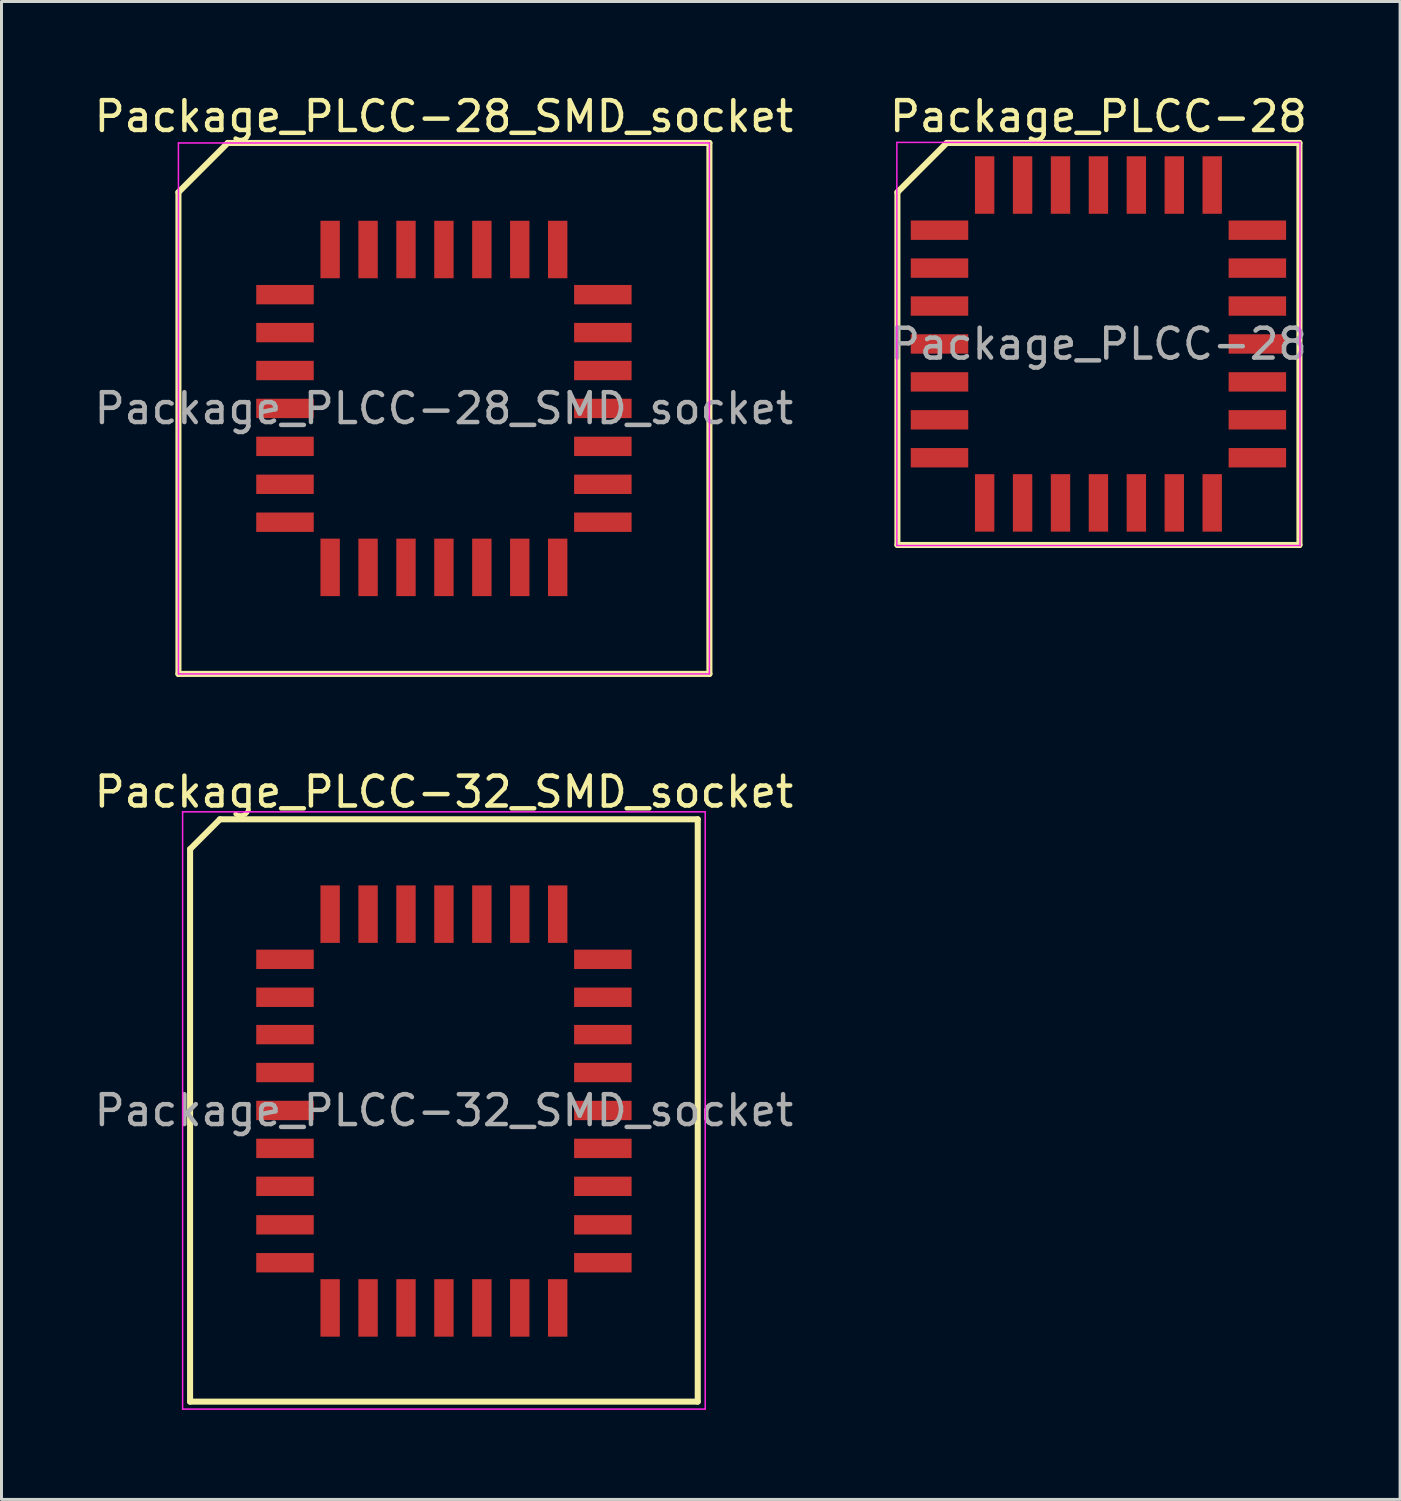
<source format=kicad_pcb>
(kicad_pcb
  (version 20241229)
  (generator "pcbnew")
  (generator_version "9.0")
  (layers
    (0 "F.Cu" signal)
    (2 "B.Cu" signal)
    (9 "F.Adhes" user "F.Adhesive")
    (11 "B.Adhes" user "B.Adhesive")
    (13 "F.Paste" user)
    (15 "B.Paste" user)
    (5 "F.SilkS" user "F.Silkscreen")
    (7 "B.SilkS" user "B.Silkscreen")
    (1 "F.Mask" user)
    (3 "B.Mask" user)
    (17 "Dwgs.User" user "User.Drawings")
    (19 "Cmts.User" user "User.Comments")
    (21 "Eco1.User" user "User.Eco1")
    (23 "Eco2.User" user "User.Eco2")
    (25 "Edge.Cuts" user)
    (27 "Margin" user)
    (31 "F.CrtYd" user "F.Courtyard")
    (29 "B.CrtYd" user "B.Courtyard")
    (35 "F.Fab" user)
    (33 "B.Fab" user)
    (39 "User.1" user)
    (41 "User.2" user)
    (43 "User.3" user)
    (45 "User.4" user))
  (footprint "Package_PLCC-28"
    (layer "F.Cu")
    (at 33.732 8.468)
    (property "Reference" "Package_PLCC-28" (at 0 -7.62 0) (layer "F.SilkS") (effects (font (size 1 1) (thickness 0.15))))
    (attr smd)
    (fp_line (start -6.731 -5.08) (end -6.731 6.731) (stroke (width 0.203) (type solid)) (layer "F.SilkS"))
    (fp_line (start -6.731 6.731) (end 6.731 6.731) (stroke (width 0.203) (type solid)) (layer "F.SilkS"))
    (fp_line (start -5.08 -6.731) (end -6.731 -5.08) (stroke (width 0.203) (type solid)) (layer "F.SilkS"))
    (fp_line (start 6.731 -6.731) (end -5.08 -6.731) (stroke (width 0.203) (type solid)) (layer "F.SilkS"))
    (fp_line (start 6.731 6.731) (end 6.731 -6.731) (stroke (width 0.203) (type solid)) (layer "F.SilkS"))
    (fp_line (start -6.75 -6.75) (end -6.75 6.75) (stroke (width 0.05) (type solid)) (layer "F.CrtYd"))
    (fp_line (start -6.75 6.75) (end 6.75 6.75) (stroke (width 0.05) (type solid)) (layer "F.CrtYd"))
    (fp_line (start 6.75 -6.75) (end -6.75 -6.75) (stroke (width 0.05) (type solid)) (layer "F.CrtYd"))
    (fp_line (start 6.75 6.75) (end 6.75 -6.75) (stroke (width 0.05) (type solid)) (layer "F.CrtYd"))
    (fp_text user "${REFERENCE}" (at 0 0 0) (layer "F.Fab") (effects (font (size 1 1) (thickness 0.15))))
    (pad "1" smd rect (at 0 -5.322) (size 0.649 1.925) (layers "F.Cu" "F.Mask" "F.Paste"))
    (pad "2" smd rect (at -1.27 -5.322) (size 0.649 1.925) (layers "F.Cu" "F.Mask" "F.Paste"))
    (pad "3" smd rect (at -2.54 -5.322) (size 0.649 1.925) (layers "F.Cu" "F.Mask" "F.Paste"))
    (pad "4" smd rect (at -3.81 -5.322) (size 0.649 1.925) (layers "F.Cu" "F.Mask" "F.Paste"))
    (pad "5" smd rect (at -5.322 -3.81 90) (size 0.649 1.925) (layers "F.Cu" "F.Mask" "F.Paste"))
    (pad "6" smd rect (at -5.322 -2.54 90) (size 0.649 1.925) (layers "F.Cu" "F.Mask" "F.Paste"))
    (pad "7" smd rect (at -5.322 -1.27 90) (size 0.649 1.925) (layers "F.Cu" "F.Mask" "F.Paste"))
    (pad "8" smd rect (at -5.322 0 90) (size 0.649 1.925) (layers "F.Cu" "F.Mask" "F.Paste"))
    (pad "9" smd rect (at -5.322 1.27 90) (size 0.649 1.925) (layers "F.Cu" "F.Mask" "F.Paste"))
    (pad "10" smd rect (at -5.322 2.54 90) (size 0.649 1.925) (layers "F.Cu" "F.Mask" "F.Paste"))
    (pad "11" smd rect (at -5.322 3.81 90) (size 0.649 1.925) (layers "F.Cu" "F.Mask" "F.Paste"))
    (pad "12" smd rect (at -3.81 5.322) (size 0.649 1.925) (layers "F.Cu" "F.Mask" "F.Paste"))
    (pad "13" smd rect (at -2.54 5.322) (size 0.649 1.925) (layers "F.Cu" "F.Mask" "F.Paste"))
    (pad "14" smd rect (at -1.27 5.322) (size 0.649 1.925) (layers "F.Cu" "F.Mask" "F.Paste"))
    (pad "15" smd rect (at 0 5.322) (size 0.649 1.925) (layers "F.Cu" "F.Mask" "F.Paste"))
    (pad "16" smd rect (at 1.27 5.322) (size 0.649 1.925) (layers "F.Cu" "F.Mask" "F.Paste"))
    (pad "17" smd rect (at 2.54 5.322) (size 0.649 1.925) (layers "F.Cu" "F.Mask" "F.Paste"))
    (pad "18" smd rect (at 3.81 5.322) (size 0.649 1.925) (layers "F.Cu" "F.Mask" "F.Paste"))
    (pad "19" smd rect (at 5.322 3.81 90) (size 0.649 1.925) (layers "F.Cu" "F.Mask" "F.Paste"))
    (pad "20" smd rect (at 5.322 2.54 90) (size 0.649 1.925) (layers "F.Cu" "F.Mask" "F.Paste"))
    (pad "21" smd rect (at 5.322 1.27 90) (size 0.649 1.925) (layers "F.Cu" "F.Mask" "F.Paste"))
    (pad "22" smd rect (at 5.322 0 90) (size 0.649 1.925) (layers "F.Cu" "F.Mask" "F.Paste"))
    (pad "23" smd rect (at 5.322 -1.27 90) (size 0.649 1.925) (layers "F.Cu" "F.Mask" "F.Paste"))
    (pad "24" smd rect (at 5.322 -2.54 90) (size 0.649 1.925) (layers "F.Cu" "F.Mask" "F.Paste"))
    (pad "25" smd rect (at 5.322 -3.81 90) (size 0.649 1.925) (layers "F.Cu" "F.Mask" "F.Paste"))
    (pad "26" smd rect (at 3.81 -5.322) (size 0.649 1.925) (layers "F.Cu" "F.Mask" "F.Paste"))
    (pad "27" smd rect (at 2.54 -5.322) (size 0.649 1.925) (layers "F.Cu" "F.Mask" "F.Paste"))
    (pad "28" smd rect (at 1.27 -5.322) (size 0.649 1.925) (layers "F.Cu" "F.Mask" "F.Paste")))
  (footprint "Package_PLCC-28_SMD_socket"
    (layer "F.Cu")
    (at 11.815 10.627)
    (property "Reference" "Package_PLCC-28_SMD_socket" (at 0 -9.779 0) (layer "F.SilkS") (effects (font (size 1 1) (thickness 0.15))))
    (attr smd)
    (fp_line (start -8.89 -7.239) (end -8.89 8.89) (stroke (width 0.203) (type solid)) (layer "F.SilkS"))
    (fp_line (start -8.89 8.89) (end 8.89 8.89) (stroke (width 0.203) (type solid)) (layer "F.SilkS"))
    (fp_line (start -7.239 -8.89) (end -8.89 -7.239) (stroke (width 0.203) (type solid)) (layer "F.SilkS"))
    (fp_line (start 8.89 -8.89) (end -7.239 -8.89) (stroke (width 0.203) (type solid)) (layer "F.SilkS"))
    (fp_line (start 8.89 8.89) (end 8.89 -8.89) (stroke (width 0.203) (type solid)) (layer "F.SilkS"))
    (fp_line (start -8.89 -8.89) (end -8.89 8.89) (stroke (width 0.05) (type solid)) (layer "F.CrtYd"))
    (fp_line (start -8.89 8.89) (end 8.89 8.89) (stroke (width 0.05) (type solid)) (layer "F.CrtYd"))
    (fp_line (start 8.89 -8.89) (end -8.89 -8.89) (stroke (width 0.05) (type solid)) (layer "F.CrtYd"))
    (fp_line (start 8.89 8.89) (end 8.89 -8.89) (stroke (width 0.05) (type solid)) (layer "F.CrtYd"))
    (fp_text user "${REFERENCE}" (at 0 0 0) (layer "F.Fab") (effects (font (size 1 1) (thickness 0.15))))
    (pad "1" smd rect (at 0 -5.322) (size 0.649 1.925) (layers "F.Cu" "F.Mask" "F.Paste"))
    (pad "2" smd rect (at -1.27 -5.322) (size 0.649 1.925) (layers "F.Cu" "F.Mask" "F.Paste"))
    (pad "3" smd rect (at -2.54 -5.322) (size 0.649 1.925) (layers "F.Cu" "F.Mask" "F.Paste"))
    (pad "4" smd rect (at -3.81 -5.322) (size 0.649 1.925) (layers "F.Cu" "F.Mask" "F.Paste"))
    (pad "5" smd rect (at -5.322 -3.81 90) (size 0.649 1.925) (layers "F.Cu" "F.Mask" "F.Paste"))
    (pad "6" smd rect (at -5.322 -2.54 90) (size 0.649 1.925) (layers "F.Cu" "F.Mask" "F.Paste"))
    (pad "7" smd rect (at -5.322 -1.27 90) (size 0.649 1.925) (layers "F.Cu" "F.Mask" "F.Paste"))
    (pad "8" smd rect (at -5.322 0 90) (size 0.649 1.925) (layers "F.Cu" "F.Mask" "F.Paste"))
    (pad "9" smd rect (at -5.322 1.27 90) (size 0.649 1.925) (layers "F.Cu" "F.Mask" "F.Paste"))
    (pad "10" smd rect (at -5.322 2.54 90) (size 0.649 1.925) (layers "F.Cu" "F.Mask" "F.Paste"))
    (pad "11" smd rect (at -5.322 3.81 90) (size 0.649 1.925) (layers "F.Cu" "F.Mask" "F.Paste"))
    (pad "12" smd rect (at -3.81 5.322) (size 0.649 1.925) (layers "F.Cu" "F.Mask" "F.Paste"))
    (pad "13" smd rect (at -2.54 5.322) (size 0.649 1.925) (layers "F.Cu" "F.Mask" "F.Paste"))
    (pad "14" smd rect (at -1.27 5.322) (size 0.649 1.925) (layers "F.Cu" "F.Mask" "F.Paste"))
    (pad "15" smd rect (at 0 5.322) (size 0.649 1.925) (layers "F.Cu" "F.Mask" "F.Paste"))
    (pad "16" smd rect (at 1.27 5.322) (size 0.649 1.925) (layers "F.Cu" "F.Mask" "F.Paste"))
    (pad "17" smd rect (at 2.54 5.322) (size 0.649 1.925) (layers "F.Cu" "F.Mask" "F.Paste"))
    (pad "18" smd rect (at 3.81 5.322) (size 0.649 1.925) (layers "F.Cu" "F.Mask" "F.Paste"))
    (pad "19" smd rect (at 5.322 3.81 90) (size 0.649 1.925) (layers "F.Cu" "F.Mask" "F.Paste"))
    (pad "20" smd rect (at 5.322 2.54 90) (size 0.649 1.925) (layers "F.Cu" "F.Mask" "F.Paste"))
    (pad "21" smd rect (at 5.322 1.27 90) (size 0.649 1.925) (layers "F.Cu" "F.Mask" "F.Paste"))
    (pad "22" smd rect (at 5.322 0 90) (size 0.649 1.925) (layers "F.Cu" "F.Mask" "F.Paste"))
    (pad "23" smd rect (at 5.322 -1.27 90) (size 0.649 1.925) (layers "F.Cu" "F.Mask" "F.Paste"))
    (pad "24" smd rect (at 5.322 -2.54 90) (size 0.649 1.925) (layers "F.Cu" "F.Mask" "F.Paste"))
    (pad "25" smd rect (at 5.322 -3.81 90) (size 0.649 1.925) (layers "F.Cu" "F.Mask" "F.Paste"))
    (pad "26" smd rect (at 3.81 -5.322) (size 0.649 1.925) (layers "F.Cu" "F.Mask" "F.Paste"))
    (pad "27" smd rect (at 2.54 -5.322) (size 0.649 1.925) (layers "F.Cu" "F.Mask" "F.Paste"))
    (pad "28" smd rect (at 1.27 -5.322) (size 0.649 1.925) (layers "F.Cu" "F.Mask" "F.Paste")))
  (footprint "Package_PLCC-32_SMD_socket"
    (layer "F.Cu")
    (at 11.815 34.135)
    (property "Reference" "Package_PLCC-32_SMD_socket" (at 0 -10.668 0) (unlocked yes) (layer "F.SilkS") (effects (font (size 1 1) (thickness 0.15))))
    (attr smd)
    (fp_line (start -8.5 -8.75) (end -8.5 9.75) (stroke (width 0.203) (type solid)) (layer "F.SilkS"))
    (fp_line (start -8.5 9.75) (end 8.5 9.75) (stroke (width 0.203) (type solid)) (layer "F.SilkS"))
    (fp_line (start -7.5 -9.75) (end -8.5 -8.75) (stroke (width 0.203) (type solid)) (layer "F.SilkS"))
    (fp_line (start 8.5 -9.75) (end -7.5 -9.75) (stroke (width 0.203) (type solid)) (layer "F.SilkS"))
    (fp_line (start 8.5 9.75) (end 8.5 -9.75) (stroke (width 0.203) (type solid)) (layer "F.SilkS"))
    (fp_line (start -8.75 -10) (end -8.75 10) (stroke (width 0.05) (type solid)) (layer "F.CrtYd"))
    (fp_line (start -8.75 10) (end 8.75 10) (stroke (width 0.05) (type solid)) (layer "F.CrtYd"))
    (fp_line (start 8.75 -10) (end -8.75 -10) (stroke (width 0.05) (type solid)) (layer "F.CrtYd"))
    (fp_line (start 8.75 10) (end 8.75 -10) (stroke (width 0.05) (type solid)) (layer "F.CrtYd"))
    (fp_text user "${REFERENCE}" (at 0 0 0) (unlocked yes) (layer "F.Fab") (effects (font (size 1 1) (thickness 0.15))))
    (pad "1" smd rect (at 0 -6.574) (size 0.649 1.925) (layers "F.Cu" "F.Mask" "F.Paste"))
    (pad "2" smd rect (at -1.27 -6.574) (size 0.649 1.925) (layers "F.Cu" "F.Mask" "F.Paste"))
    (pad "3" smd rect (at -2.54 -6.574) (size 0.649 1.925) (layers "F.Cu" "F.Mask" "F.Paste"))
    (pad "4" smd rect (at -3.81 -6.574) (size 0.649 1.925) (layers "F.Cu" "F.Mask" "F.Paste"))
    (pad "5" smd rect (at -5.322 -5.061 90) (size 0.649 1.925) (layers "F.Cu" "F.Mask" "F.Paste"))
    (pad "6" smd rect (at -5.322 -3.791 90) (size 0.649 1.925) (layers "F.Cu" "F.Mask" "F.Paste"))
    (pad "7" smd rect (at -5.322 -2.54 90) (size 0.649 1.925) (layers "F.Cu" "F.Mask" "F.Paste"))
    (pad "8" smd rect (at -5.322 -1.27 90) (size 0.649 1.925) (layers "F.Cu" "F.Mask" "F.Paste"))
    (pad "9" smd rect (at -5.322 0 90) (size 0.649 1.925) (layers "F.Cu" "F.Mask" "F.Paste"))
    (pad "10" smd rect (at -5.322 1.27 90) (size 0.649 1.925) (layers "F.Cu" "F.Mask" "F.Paste"))
    (pad "11" smd rect (at -5.322 2.54 90) (size 0.649 1.925) (layers "F.Cu" "F.Mask" "F.Paste"))
    (pad "12" smd rect (at -5.322 3.829 90) (size 0.649 1.925) (layers "F.Cu" "F.Mask" "F.Paste"))
    (pad "13" smd rect (at -5.322 5.099 90) (size 0.649 1.925) (layers "F.Cu" "F.Mask" "F.Paste"))
    (pad "14" smd rect (at -3.81 6.612) (size 0.649 1.925) (layers "F.Cu" "F.Mask" "F.Paste"))
    (pad "15" smd rect (at -2.54 6.612) (size 0.649 1.925) (layers "F.Cu" "F.Mask" "F.Paste"))
    (pad "16" smd rect (at -1.27 6.612) (size 0.649 1.925) (layers "F.Cu" "F.Mask" "F.Paste"))
    (pad "17" smd rect (at 0 6.612) (size 0.649 1.925) (layers "F.Cu" "F.Mask" "F.Paste"))
    (pad "18" smd rect (at 1.27 6.612) (size 0.649 1.925) (layers "F.Cu" "F.Mask" "F.Paste"))
    (pad "19" smd rect (at 2.54 6.612) (size 0.649 1.925) (layers "F.Cu" "F.Mask" "F.Paste"))
    (pad "20" smd rect (at 3.81 6.612) (size 0.649 1.925) (layers "F.Cu" "F.Mask" "F.Paste"))
    (pad "21" smd rect (at 5.322 5.099 90) (size 0.649 1.925) (layers "F.Cu" "F.Mask" "F.Paste"))
    (pad "22" smd rect (at 5.322 3.829 90) (size 0.649 1.925) (layers "F.Cu" "F.Mask" "F.Paste"))
    (pad "23" smd rect (at 5.322 2.54 90) (size 0.649 1.925) (layers "F.Cu" "F.Mask" "F.Paste"))
    (pad "24" smd rect (at 5.322 1.27 90) (size 0.649 1.925) (layers "F.Cu" "F.Mask" "F.Paste"))
    (pad "25" smd rect (at 5.322 0 90) (size 0.649 1.925) (layers "F.Cu" "F.Mask" "F.Paste"))
    (pad "26" smd rect (at 5.322 -1.27 90) (size 0.649 1.925) (layers "F.Cu" "F.Mask" "F.Paste"))
    (pad "27" smd rect (at 5.322 -2.54 90) (size 0.649 1.925) (layers "F.Cu" "F.Mask" "F.Paste"))
    (pad "28" smd rect (at 5.322 -3.791 90) (size 0.649 1.925) (layers "F.Cu" "F.Mask" "F.Paste"))
    (pad "29" smd rect (at 5.322 -5.061 90) (size 0.649 1.925) (layers "F.Cu" "F.Mask" "F.Paste"))
    (pad "30" smd rect (at 3.81 -6.574) (size 0.649 1.925) (layers "F.Cu" "F.Mask" "F.Paste"))
    (pad "31" smd rect (at 2.54 -6.574) (size 0.649 1.925) (layers "F.Cu" "F.Mask" "F.Paste"))
    (pad "32" smd rect (at 1.27 -6.574) (size 0.649 1.925) (layers "F.Cu" "F.Mask" "F.Paste")))
  (gr_rect
    (start -3 -3)
    (end 43.833 47.16)
    (stroke (width 0.1) (type default))
    (fill no)
    (layer "Edge.Cuts")))
</source>
